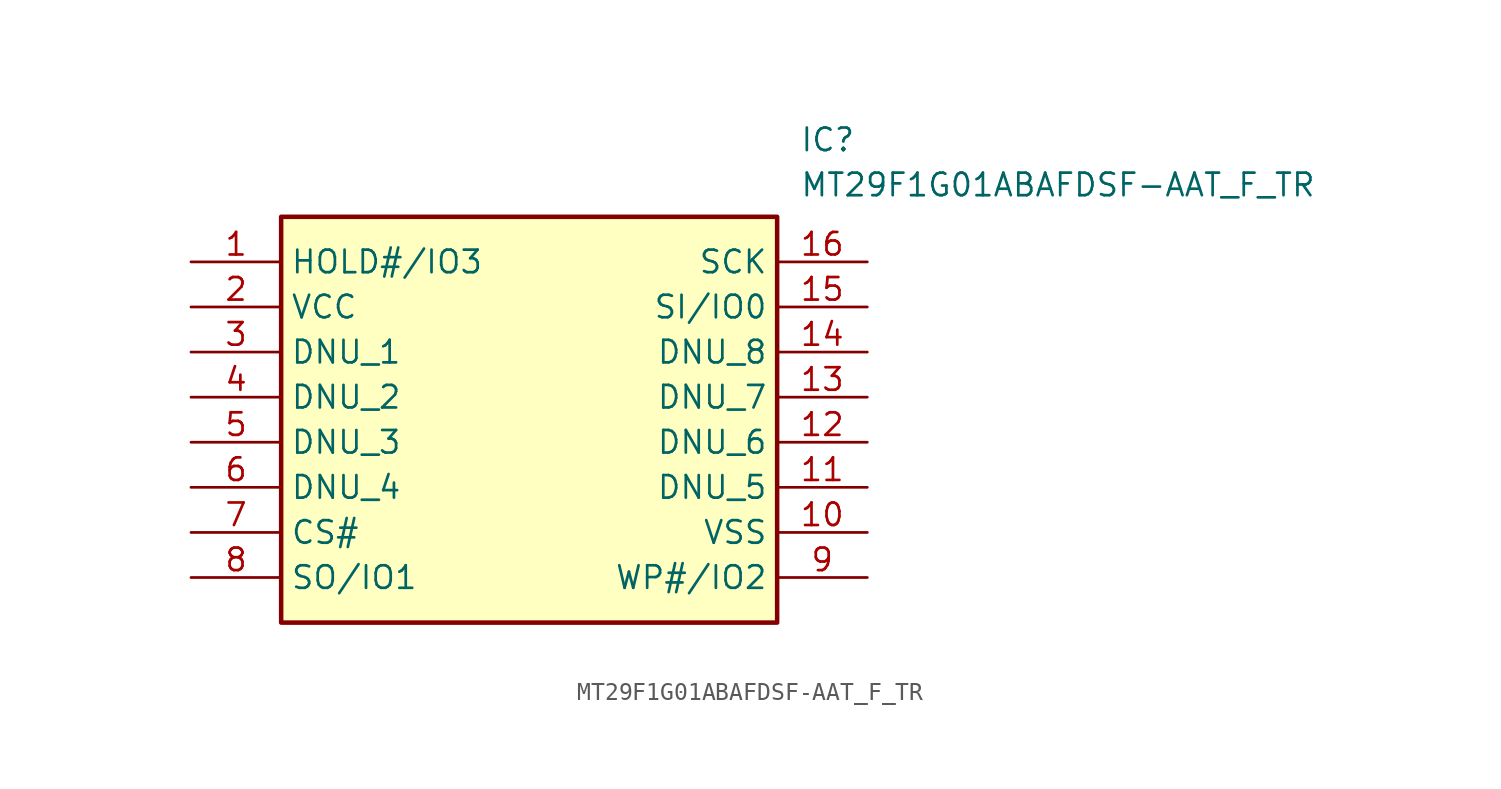
<source format=kicad_sym>
(kicad_symbol_lib
  (version 20211014)
  (generator SamacSys_ECAD_Model)
  (symbol "MT29F1G01ABAFDSF-AAT_F_TR"
    (property "Reference" "IC"
      (at 34.29 7.62 0)
      (effects (font (size 1.27 1.27)) (justify left top)))
    (property "Value" "MT29F1G01ABAFDSF-AAT_F_TR"
      (at 34.29 5.08 0)
      (effects (font (size 1.27 1.27)) (justify left top)))
    (rectangle
      (start 5.08 2.54)
      (end 33.02 -20.32)
      (stroke (width 0.254) (type default))
      (fill (type background)))
    (pin passive line
      (at 0 0 0)
      (length 5.08)
      (name "HOLD#/IO3" (effects (font (size 1.27 1.27))))
      (number "1" (effects (font (size 1.27 1.27)))))
    (pin passive line
      (at 0 -2.54 0)
      (length 5.08)
      (name "VCC" (effects (font (size 1.27 1.27))))
      (number "2" (effects (font (size 1.27 1.27)))))
    (pin passive line
      (at 0 -5.08 0)
      (length 5.08)
      (name "DNU_1" (effects (font (size 1.27 1.27))))
      (number "3" (effects (font (size 1.27 1.27)))))
    (pin passive line
      (at 0 -7.62 0)
      (length 5.08)
      (name "DNU_2" (effects (font (size 1.27 1.27))))
      (number "4" (effects (font (size 1.27 1.27)))))
    (pin passive line
      (at 0 -10.16 0)
      (length 5.08)
      (name "DNU_3" (effects (font (size 1.27 1.27))))
      (number "5" (effects (font (size 1.27 1.27)))))
    (pin passive line
      (at 0 -12.7 0)
      (length 5.08)
      (name "DNU_4" (effects (font (size 1.27 1.27))))
      (number "6" (effects (font (size 1.27 1.27)))))
    (pin passive line
      (at 0 -15.24 0)
      (length 5.08)
      (name "CS#" (effects (font (size 1.27 1.27))))
      (number "7" (effects (font (size 1.27 1.27)))))
    (pin passive line
      (at 0 -17.78 0)
      (length 5.08)
      (name "SO/IO1" (effects (font (size 1.27 1.27))))
      (number "8" (effects (font (size 1.27 1.27)))))
    (pin passive line
      (at 38.1 0 180)
      (length 5.08)
      (name "SCK" (effects (font (size 1.27 1.27))))
      (number "16" (effects (font (size 1.27 1.27)))))
    (pin passive line
      (at 38.1 -2.54 180)
      (length 5.08)
      (name "SI/IO0" (effects (font (size 1.27 1.27))))
      (number "15" (effects (font (size 1.27 1.27)))))
    (pin passive line
      (at 38.1 -5.08 180)
      (length 5.08)
      (name "DNU_8" (effects (font (size 1.27 1.27))))
      (number "14" (effects (font (size 1.27 1.27)))))
    (pin passive line
      (at 38.1 -7.62 180)
      (length 5.08)
      (name "DNU_7" (effects (font (size 1.27 1.27))))
      (number "13" (effects (font (size 1.27 1.27)))))
    (pin passive line
      (at 38.1 -10.16 180)
      (length 5.08)
      (name "DNU_6" (effects (font (size 1.27 1.27))))
      (number "12" (effects (font (size 1.27 1.27)))))
    (pin passive line
      (at 38.1 -12.7 180)
      (length 5.08)
      (name "DNU_5" (effects (font (size 1.27 1.27))))
      (number "11" (effects (font (size 1.27 1.27)))))
    (pin passive line
      (at 38.1 -15.24 180)
      (length 5.08)
      (name "VSS" (effects (font (size 1.27 1.27))))
      (number "10" (effects (font (size 1.27 1.27)))))
    (pin passive line
      (at 38.1 -17.78 180)
      (length 5.08)
      (name "WP#/IO2" (effects (font (size 1.27 1.27))))
      (number "9" (effects (font (size 1.27 1.27)))))))
</source>
